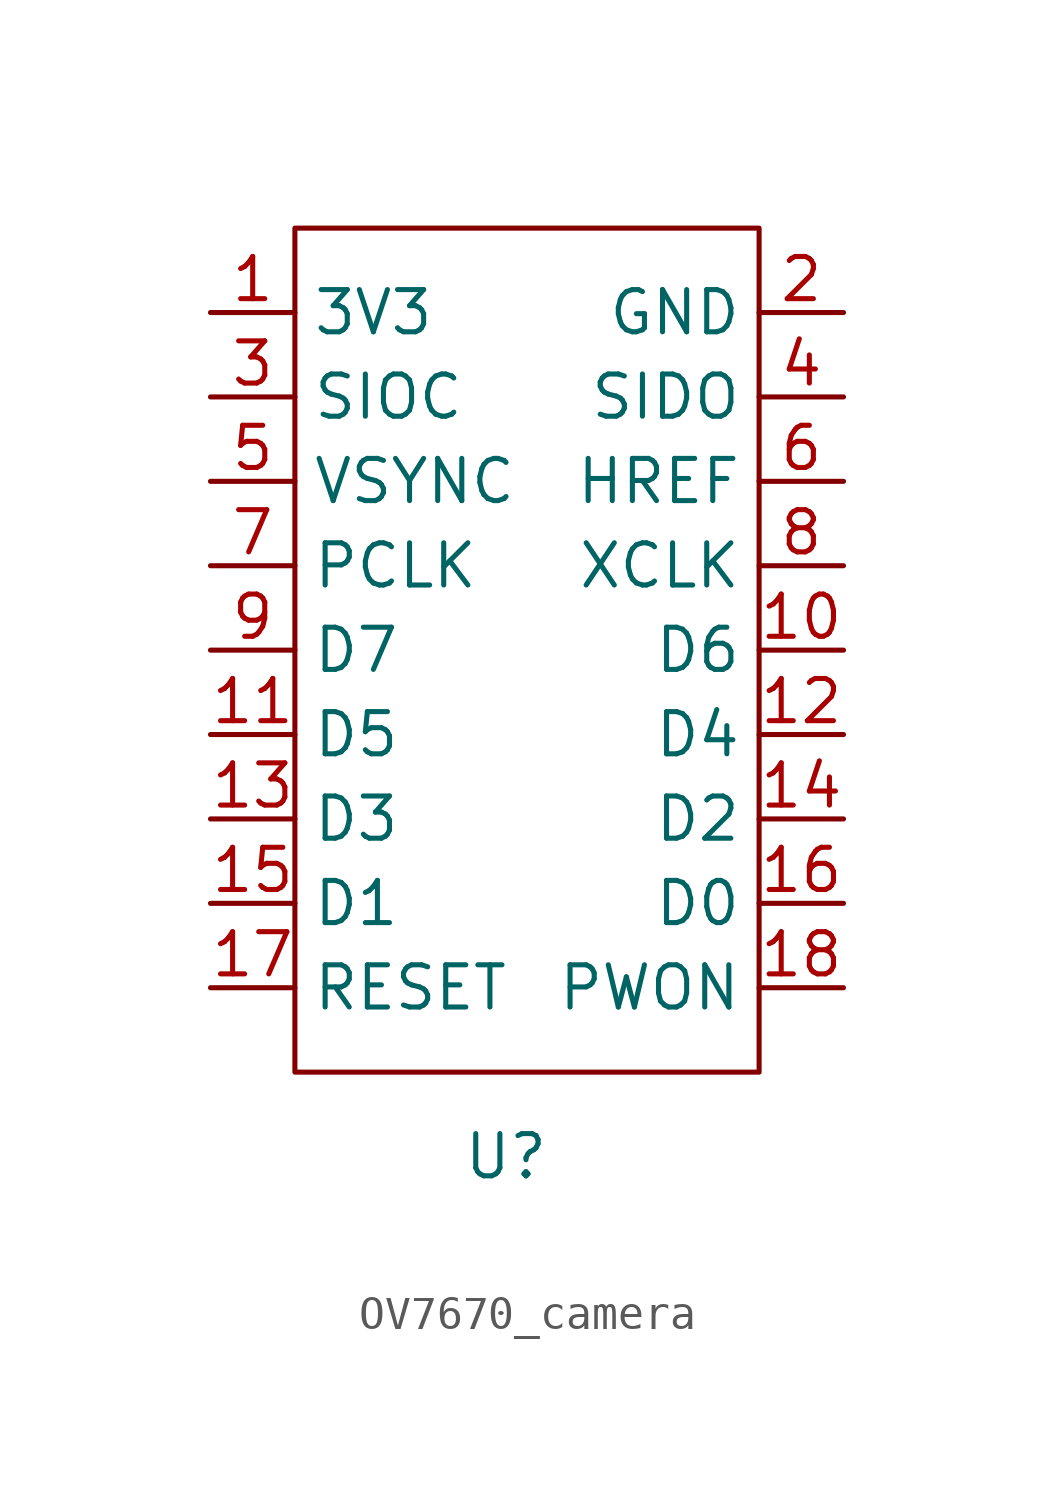
<source format=kicad_sym>
(kicad_symbol_lib
  (version 20220914)
  (generator kicad_symbol_editor)
  (symbol "OV7670_camera"
    (property "Reference" "U"
      (at 0 -15.24 0)
      (effects (font (size 1.27 1.27))))
    (property "Value" ""
      (at 0 0 0)
      (effects (font (size 1.27 1.27))))
    (symbol "OV7670_camera_0_1"
      (rectangle (start -6.35 12.7) (end 7.62 -12.7) (stroke (width 0) (type default)) (fill (type none))))
    (symbol "OV7670_camera_1_1"
      (pin input line (at -8.89 10.16 0) (length 2.54) (name "3V3" (effects (font (size 1.27 1.27)))) (number "1" (effects (font (size 1.27 1.27)))))
      (pin input line (at 10.16 0 180) (length 2.54) (name "D6" (effects (font (size 1.27 1.27)))) (number "10" (effects (font (size 1.27 1.27)))))
      (pin input line (at -8.89 -2.54 0) (length 2.54) (name "D5" (effects (font (size 1.27 1.27)))) (number "11" (effects (font (size 1.27 1.27)))))
      (pin input line (at 10.16 -2.54 180) (length 2.54) (name "D4" (effects (font (size 1.27 1.27)))) (number "12" (effects (font (size 1.27 1.27)))))
      (pin input line (at -8.89 -5.08 0) (length 2.54) (name "D3" (effects (font (size 1.27 1.27)))) (number "13" (effects (font (size 1.27 1.27)))))
      (pin input line (at 10.16 -5.08 180) (length 2.54) (name "D2" (effects (font (size 1.27 1.27)))) (number "14" (effects (font (size 1.27 1.27)))))
      (pin input line (at -8.89 -7.62 0) (length 2.54) (name "D1" (effects (font (size 1.27 1.27)))) (number "15" (effects (font (size 1.27 1.27)))))
      (pin input line (at 10.16 -7.62 180) (length 2.54) (name "D0" (effects (font (size 1.27 1.27)))) (number "16" (effects (font (size 1.27 1.27)))))
      (pin input line (at -8.89 -10.16 0) (length 2.54) (name "RESET" (effects (font (size 1.27 1.27)))) (number "17" (effects (font (size 1.27 1.27)))))
      (pin input line (at 10.16 -10.16 180) (length 2.54) (name "PWON" (effects (font (size 1.27 1.27)))) (number "18" (effects (font (size 1.27 1.27)))))
      (pin input line (at 10.16 10.16 180) (length 2.54) (name "GND" (effects (font (size 1.27 1.27)))) (number "2" (effects (font (size 1.27 1.27)))))
      (pin input line (at -8.89 7.62 0) (length 2.54) (name "SIOC" (effects (font (size 1.27 1.27)))) (number "3" (effects (font (size 1.27 1.27)))))
      (pin input line (at 10.16 7.62 180) (length 2.54) (name "SIDO" (effects (font (size 1.27 1.27)))) (number "4" (effects (font (size 1.27 1.27)))))
      (pin input line (at -8.89 5.08 0) (length 2.54) (name "VSYNC" (effects (font (size 1.27 1.27)))) (number "5" (effects (font (size 1.27 1.27)))))
      (pin input line (at 10.16 5.08 180) (length 2.54) (name "HREF" (effects (font (size 1.27 1.27)))) (number "6" (effects (font (size 1.27 1.27)))))
      (pin input line (at -8.89 2.54 0) (length 2.54) (name "PCLK" (effects (font (size 1.27 1.27)))) (number "7" (effects (font (size 1.27 1.27)))))
      (pin input line (at 10.16 2.54 180) (length 2.54) (name "XCLK" (effects (font (size 1.27 1.27)))) (number "8" (effects (font (size 1.27 1.27)))))
      (pin input line (at -8.89 0 0) (length 2.54) (name "D7" (effects (font (size 1.27 1.27)))) (number "9" (effects (font (size 1.27 1.27))))))))
</source>
